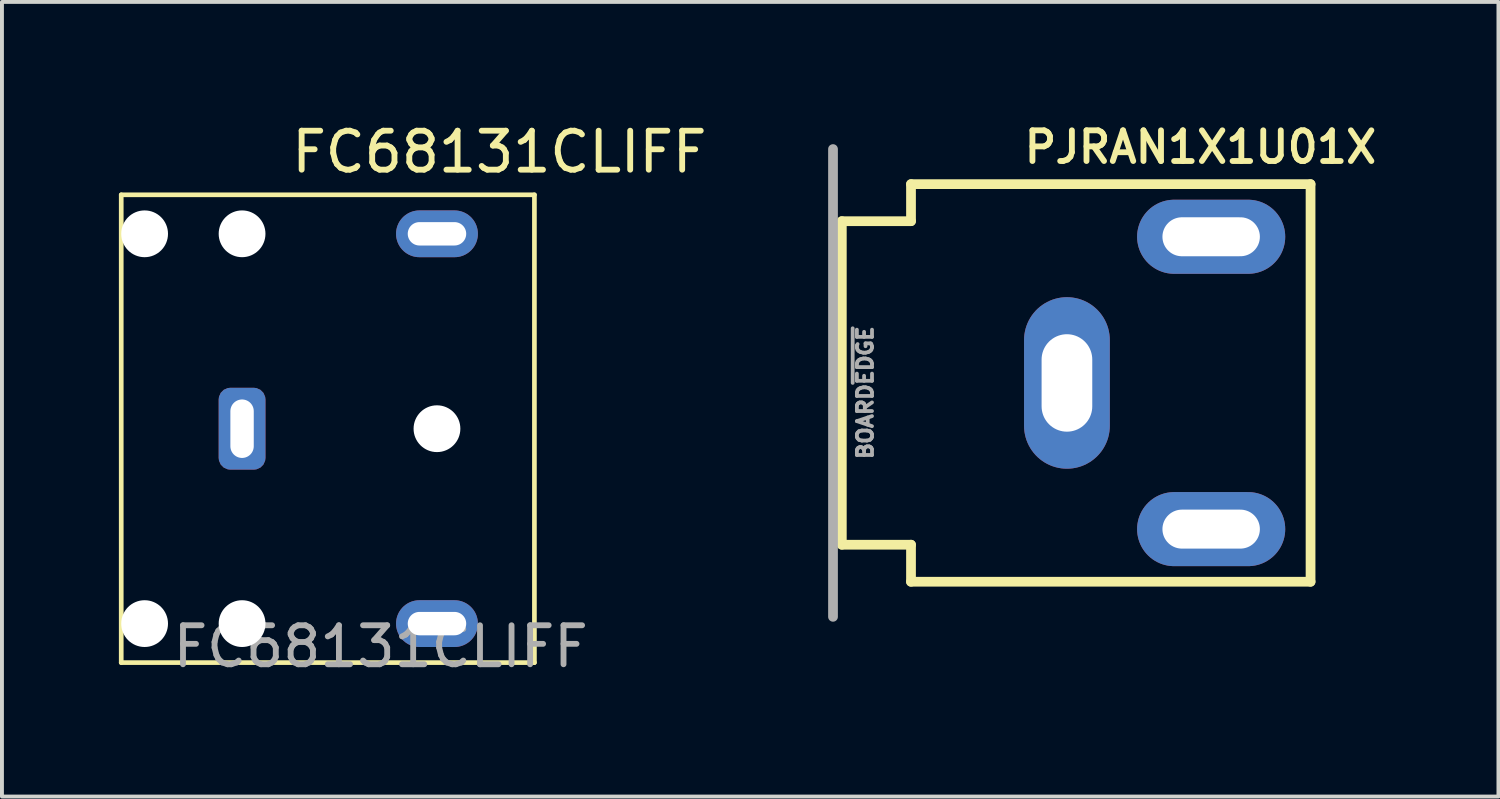
<source format=kicad_pcb>
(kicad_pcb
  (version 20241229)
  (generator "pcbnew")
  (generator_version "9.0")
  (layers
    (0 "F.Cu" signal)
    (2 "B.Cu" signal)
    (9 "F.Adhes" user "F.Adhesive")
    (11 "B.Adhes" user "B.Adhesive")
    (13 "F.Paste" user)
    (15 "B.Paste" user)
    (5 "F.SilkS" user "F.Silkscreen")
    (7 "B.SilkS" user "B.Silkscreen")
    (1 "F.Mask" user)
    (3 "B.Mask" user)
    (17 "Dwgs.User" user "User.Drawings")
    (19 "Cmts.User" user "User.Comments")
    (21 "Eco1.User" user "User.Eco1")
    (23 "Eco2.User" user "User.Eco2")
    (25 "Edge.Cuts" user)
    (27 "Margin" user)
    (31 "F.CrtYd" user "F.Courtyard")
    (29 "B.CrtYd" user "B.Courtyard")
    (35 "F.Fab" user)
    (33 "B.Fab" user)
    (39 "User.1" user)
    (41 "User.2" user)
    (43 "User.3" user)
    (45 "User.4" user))
  (footprint "FC68131CLIFF"
    (layer "F.Cu")
    (at 3.16 7.948)
    (property "Reference" "FC68131CLIFF" (at 6.6 -7.1 180) (layer "F.SilkS") (effects (font (size 1 1) (thickness 0.15))))
    (attr through_hole)
    (fp_line (start -3.1 6) (end -3.1 -6) (stroke (width 0.12) (type solid)) (layer "F.SilkS"))
    (fp_line (start 7.5 -6) (end -3.1 -6) (stroke (width 0.12) (type solid)) (layer "F.SilkS"))
    (fp_line (start 7.5 6) (end -3.1 6) (stroke (width 0.12) (type solid)) (layer "F.SilkS"))
    (fp_line (start 7.5 6) (end 7.5 -6) (stroke (width 0.12) (type solid)) (layer "F.SilkS"))
    (fp_text user "${REFERENCE}" (at 3.556 5.588 180) (layer "F.Fab") (effects (font (size 1 1) (thickness 0.15))))
    (pad "" np_thru_hole circle (at -2.5 -5 180) (size 1.2 1.2) (drill 1.2) (layers "*.Cu" "*.Mask"))
    (pad "" np_thru_hole circle (at -2.5 5 180) (size 1.2 1.2) (drill 1.2) (layers "*.Cu" "*.Mask"))
    (pad "" np_thru_hole circle (at 0 -5 180) (size 1.2 1.2) (drill 1.2) (layers "*.Cu" "*.Mask"))
    (pad "" np_thru_hole circle (at 0 5 180) (size 1.2 1.2) (drill 1.2) (layers "*.Cu" "*.Mask"))
    (pad "" np_thru_hole circle (at 5 0 180) (size 1.2 1.2) (drill 1.2) (layers "*.Cu" "*.Mask"))
    (pad "R" thru_hole oval (at 5 -5 180) (size 2.1 1.2) (drill oval 1.5 0.6) (layers "*.Cu" "*.Mask"))
    (pad "S" thru_hole roundrect (at 0 0 270) (size 2.1 1.2) (drill oval 1.5 0.6) (layers "*.Cu" "*.Mask") (roundrect_rratio 0.25))
    (pad "T" thru_hole oval (at 5 5 180) (size 2.1 1.2) (drill oval 1.5 0.6) (layers "*.Cu" "*.Mask")))
  (footprint "PJRAN1X1U01X"
    (layer "F.Cu")
    (at 26.721 6.774)
    (property "Reference" "PJRAN1X1U01X" (at 1.025 -6.05 0) (layer "F.SilkS") (effects (font (size 0.787 0.787) (thickness 0.15))))
    (attr through_hole)
    (fp_line (start -8.175 -4.15) (end -6.4 -4.15) (stroke (width 0.25) (type solid)) (layer "F.SilkS"))
    (fp_line (start -8.175 4.15) (end -8.175 -4.15) (stroke (width 0.25) (type solid)) (layer "F.SilkS"))
    (fp_line (start -6.4 -5.1) (end 3.85 -5.1) (stroke (width 0.25) (type solid)) (layer "F.SilkS"))
    (fp_line (start -6.4 -4.15) (end -6.4 -5.1) (stroke (width 0.25) (type solid)) (layer "F.SilkS"))
    (fp_line (start -6.4 4.15) (end -8.175 4.15) (stroke (width 0.25) (type solid)) (layer "F.SilkS"))
    (fp_line (start -6.4 5.1) (end -6.4 4.15) (stroke (width 0.25) (type solid)) (layer "F.SilkS"))
    (fp_line (start 3.85 -5.1) (end 3.85 5.1) (stroke (width 0.25) (type solid)) (layer "F.SilkS"))
    (fp_line (start 3.85 5.1) (end -6.4 5.1) (stroke (width 0.25) (type solid)) (layer "F.SilkS"))
    (fp_line (start -8.401 -6) (end -8.401 6) (stroke (width 0.25) (type solid)) (layer "F.Fab"))
    (fp_text user "BOARD~{EDGE}" (at -7.575 0.25 90) (layer "F.Fab") (effects (font (size 0.388 0.388) (thickness 0.15))))
    (pad "1" thru_hole oval (at -2.4 0) (size 2.2 4.4) (drill oval 1.3 2.5) (layers "*.Cu" "*.Mask"))
    (pad "2" thru_hole oval (at 1.3 -3.75) (size 3.8 1.9) (drill oval 2.5 1) (layers "*.Cu" "*.Mask"))
    (pad "3" thru_hole oval (at 1.3 3.75) (size 3.8 1.9) (drill oval 2.5 1) (layers "*.Cu" "*.Mask")))
  (gr_rect
    (start -3 -3)
    (end 35.391 17.384)
    (stroke (width 0.1) (type default))
    (fill no)
    (layer "Edge.Cuts")))
</source>
